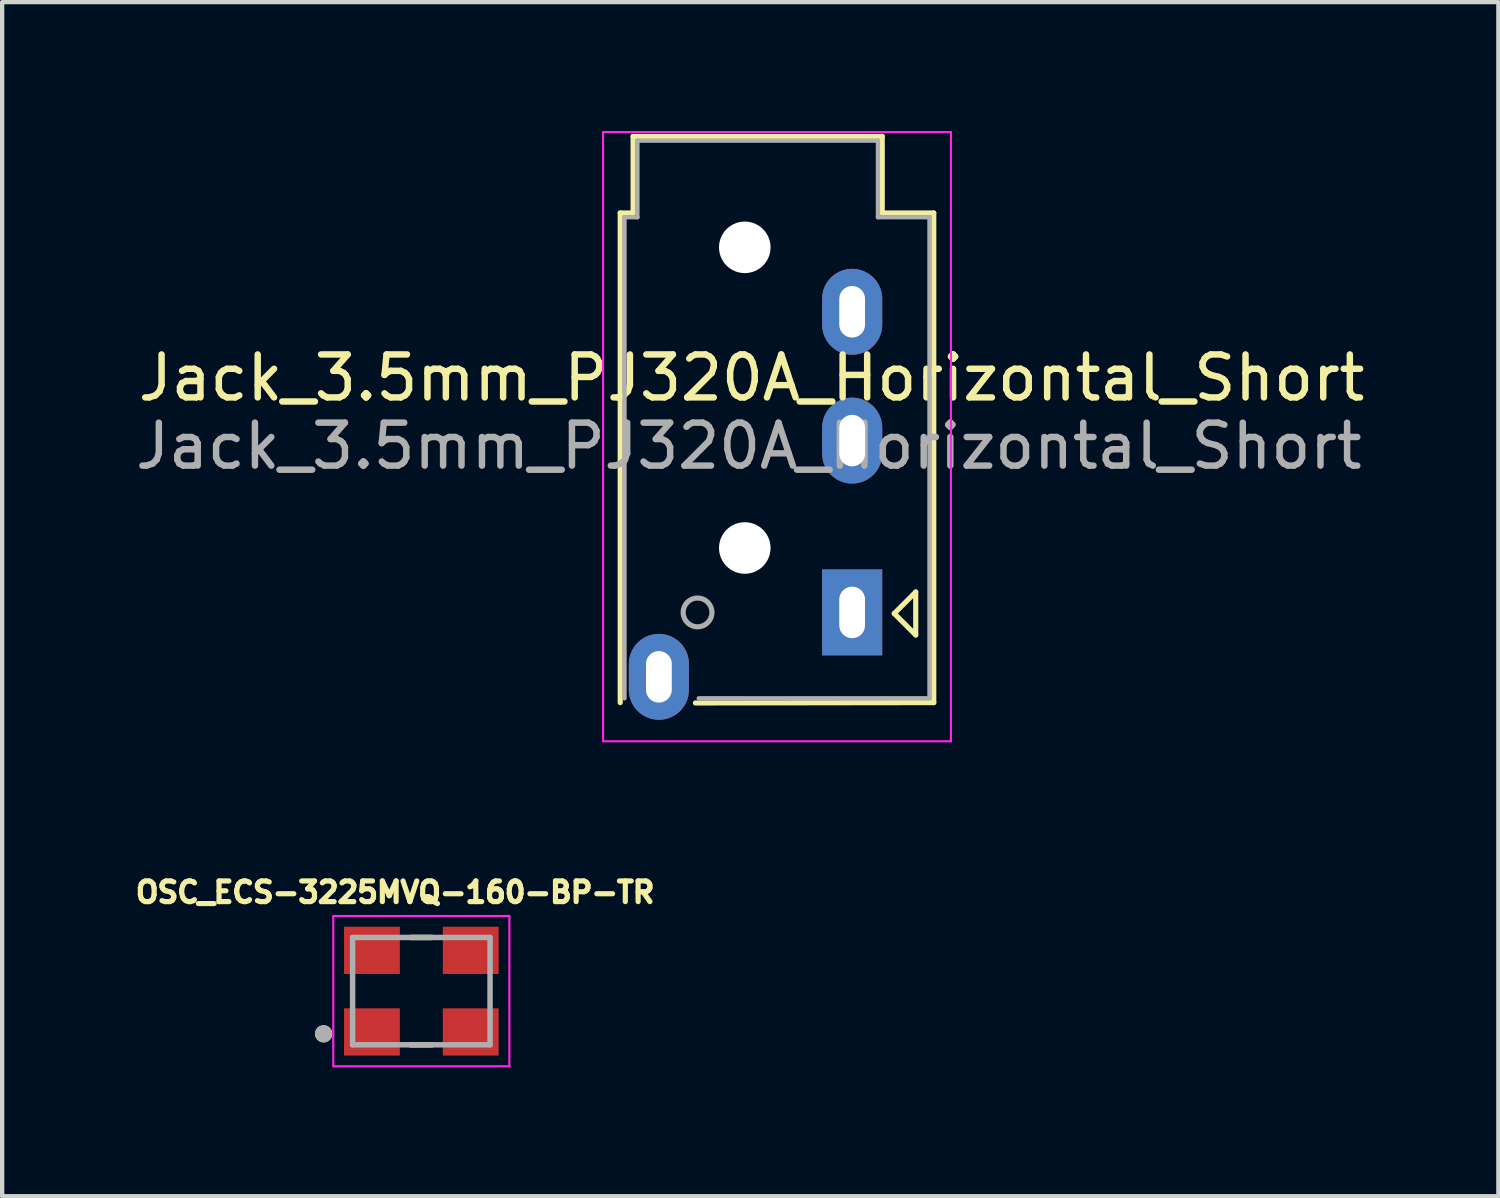
<source format=kicad_pcb>
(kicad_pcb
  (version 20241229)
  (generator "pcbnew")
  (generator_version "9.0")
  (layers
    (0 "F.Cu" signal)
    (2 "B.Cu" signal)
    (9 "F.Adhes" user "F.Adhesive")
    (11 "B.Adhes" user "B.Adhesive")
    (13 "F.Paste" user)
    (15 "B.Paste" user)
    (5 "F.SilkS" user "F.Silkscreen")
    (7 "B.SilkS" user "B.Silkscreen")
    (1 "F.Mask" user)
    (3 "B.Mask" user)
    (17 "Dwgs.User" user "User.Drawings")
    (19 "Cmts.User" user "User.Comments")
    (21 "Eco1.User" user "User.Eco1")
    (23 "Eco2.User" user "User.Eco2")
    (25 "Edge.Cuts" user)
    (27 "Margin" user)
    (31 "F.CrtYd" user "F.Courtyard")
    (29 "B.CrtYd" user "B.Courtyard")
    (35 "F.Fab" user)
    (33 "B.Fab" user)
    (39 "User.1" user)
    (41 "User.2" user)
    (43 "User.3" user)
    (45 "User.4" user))
  (footprint "OSC_ECS-3225MVQ-160-BP-TR"
    (layer "F.Cu")
    (at 6.76 20.027)
    (property "Reference" "OSC_ECS-3225MVQ-160-BP-TR" (at -0.61 -2.301 0) (layer "F.SilkS") (effects (font (size 0.481 0.481) (thickness 0.15))))
    (attr through_hole)
    (fp_line (start -0.25 -1.25) (end 0.25 -1.25) (stroke (width 0.127) (type solid)) (layer "F.SilkS"))
    (fp_line (start -0.25 1.25) (end 0.25 1.25) (stroke (width 0.127) (type solid)) (layer "F.SilkS"))
    (fp_circle (center -2.275 0.994) (end -2.175 0.994) (stroke (width 0.2) (type solid)) (fill no) (layer "F.SilkS"))
    (fp_line (start -2.05 -1.75) (end 2.05 -1.75) (stroke (width 0.05) (type solid)) (layer "F.CrtYd"))
    (fp_line (start -2.05 1.75) (end -2.05 -1.75) (stroke (width 0.05) (type solid)) (layer "F.CrtYd"))
    (fp_line (start 2.05 -1.75) (end 2.05 1.75) (stroke (width 0.05) (type solid)) (layer "F.CrtYd"))
    (fp_line (start 2.05 1.75) (end -2.05 1.75) (stroke (width 0.05) (type solid)) (layer "F.CrtYd"))
    (fp_line (start -1.6 -1.25) (end 1.6 -1.25) (stroke (width 0.127) (type solid)) (layer "F.Fab"))
    (fp_line (start -1.6 1.25) (end -1.6 -1.25) (stroke (width 0.127) (type solid)) (layer "F.Fab"))
    (fp_line (start 1.6 -1.25) (end 1.6 1.25) (stroke (width 0.127) (type solid)) (layer "F.Fab"))
    (fp_line (start 1.6 1.25) (end -1.6 1.25) (stroke (width 0.127) (type solid)) (layer "F.Fab"))
    (fp_circle (center -2.275 0.994) (end -2.175 0.994) (stroke (width 0.2) (type solid)) (fill no) (layer "F.Fab"))
    (pad "1" smd rect (at -1.15 0.95) (size 1.3 1.1) (layers "F.Cu" "F.Mask" "F.Paste"))
    (pad "2" smd rect (at 1.15 0.95) (size 1.3 1.1) (layers "F.Cu" "F.Mask" "F.Paste"))
    (pad "3" smd rect (at 1.15 -0.95) (size 1.3 1.1) (layers "F.Cu" "F.Mask" "F.Paste"))
    (pad "4" smd rect (at -1.15 -0.95) (size 1.3 1.1) (layers "F.Cu" "F.Mask" "F.Paste")))
  (footprint "Jack_3.5mm_PJ320A_Horizontal_Short"
    (layer "F.Cu")
    (at 12.291 11.209)
    (property "Reference" "Jack_3.5mm_PJ320A_Horizontal_Short" (at 2.159 -5.461 0) (layer "F.SilkS") (effects (font (size 1 1) (thickness 0.15))))
    (attr through_hole)
    (fp_line (start -0.9 -9.3) (end -0.9 2.1) (stroke (width 0.12) (type solid)) (layer "F.SilkS"))
    (fp_line (start -0.9 -9.3) (end -0.6 -9.3) (stroke (width 0.12) (type solid)) (layer "F.SilkS"))
    (fp_line (start -0.6 -9.3) (end -0.6 -11.084) (stroke (width 0.12) (type solid)) (layer "F.SilkS"))
    (fp_line (start 0.851 2.108) (end 6.4 2.1) (stroke (width 0.12) (type solid)) (layer "F.SilkS"))
    (fp_line (start 5.2 -11.084) (end -0.6 -11.084) (stroke (width 0.12) (type solid)) (layer "F.SilkS"))
    (fp_line (start 5.2 -9.3) (end 5.2 -11.084) (stroke (width 0.12) (type solid)) (layer "F.SilkS"))
    (fp_line (start 5.2 -9.3) (end 6.4 -9.3) (stroke (width 0.12) (type solid)) (layer "F.SilkS"))
    (fp_line (start 5.48 0.025) (end 5.98 0.525) (stroke (width 0.12) (type solid)) (layer "F.SilkS"))
    (fp_line (start 5.98 -0.475) (end 5.48 0.025) (stroke (width 0.12) (type solid)) (layer "F.SilkS"))
    (fp_line (start 5.98 0.525) (end 5.98 -0.475) (stroke (width 0.12) (type solid)) (layer "F.SilkS"))
    (fp_line (start 6.4 -9.3) (end 6.4 2.1) (stroke (width 0.12) (type solid)) (layer "F.SilkS"))
    (fp_line (start -1.3 -11.184) (end -1.3 3) (stroke (width 0.05) (type solid)) (layer "F.CrtYd"))
    (fp_line (start -1.3 -11.184) (end 6.8 -11.184) (stroke (width 0.05) (type solid)) (layer "F.CrtYd"))
    (fp_line (start -1.3 3) (end 6.8 3) (stroke (width 0.05) (type solid)) (layer "F.CrtYd"))
    (fp_line (start 6.8 -11.184) (end 6.8 3) (stroke (width 0.05) (type solid)) (layer "F.CrtYd"))
    (fp_line (start -0.8 -9.2) (end -0.5 -9.2) (stroke (width 0.1) (type solid)) (layer "F.Fab"))
    (fp_line (start -0.8 2) (end -0.8 -9.2) (stroke (width 0.1) (type solid)) (layer "F.Fab"))
    (fp_line (start -0.5 -10.984) (end 5.1 -10.984) (stroke (width 0.1) (type solid)) (layer "F.Fab"))
    (fp_line (start -0.5 -9.2) (end -0.5 -10.984) (stroke (width 0.1) (type solid)) (layer "F.Fab"))
    (fp_line (start 5.1 -10.984) (end 5.1 -9.2) (stroke (width 0.1) (type solid)) (layer "F.Fab"))
    (fp_line (start 5.1 -9.2) (end 6.3 -9.2) (stroke (width 0.1) (type solid)) (layer "F.Fab"))
    (fp_line (start 6.3 -9.2) (end 6.3 2) (stroke (width 0.1) (type solid)) (layer "F.Fab"))
    (fp_line (start 6.3 2) (end 0.927 2) (stroke (width 0.1) (type solid)) (layer "F.Fab"))
    (fp_circle (center 0.9 0) (end 1.2 0.15) (stroke (width 0.12) (type solid)) (fill no) (layer "F.Fab"))
    (fp_text user "${REFERENCE}" (at 2.095 -3.873 0) (layer "F.Fab") (effects (font (size 1 1) (thickness 0.15))))
    (pad "" np_thru_hole circle (at 2 -8.5 270) (size 1.2 1.2) (drill 1.2) (layers "*.Cu" "*.Mask"))
    (pad "" np_thru_hole circle (at 2 -1.5 270) (size 1.2 1.2) (drill 1.2) (layers "*.Cu" "*.Mask"))
    (pad "R1" thru_hole oval (at 4.5 -4 270) (size 2 1.4) (drill oval 1.2 0.6) (layers "*.Cu" "*.Mask"))
    (pad "R2" thru_hole oval (at 4.5 -7 270) (size 2 1.4) (drill oval 1.2 0.6) (layers "*.Cu" "*.Mask"))
    (pad "S" thru_hole oval (at 0 1.5 270) (size 2 1.4) (drill oval 1.2 0.6) (layers "*.Cu" "*.Mask"))
    (pad "T" thru_hole rect (at 4.5 0 270) (size 2 1.4) (drill oval 1.2 0.6) (layers "*.Cu" "*.Mask")))
  (gr_rect
    (start -3 -3)
    (end 31.837 24.802)
    (stroke (width 0.1) (type default))
    (fill no)
    (layer "Edge.Cuts")))
</source>
